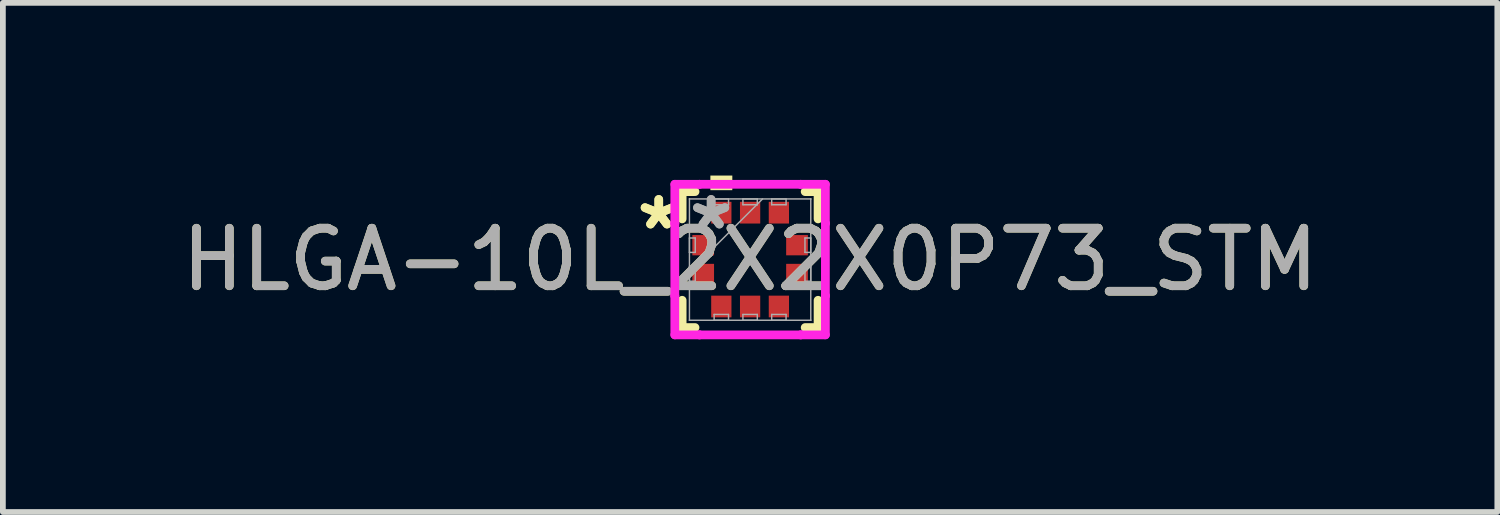
<source format=kicad_pcb>
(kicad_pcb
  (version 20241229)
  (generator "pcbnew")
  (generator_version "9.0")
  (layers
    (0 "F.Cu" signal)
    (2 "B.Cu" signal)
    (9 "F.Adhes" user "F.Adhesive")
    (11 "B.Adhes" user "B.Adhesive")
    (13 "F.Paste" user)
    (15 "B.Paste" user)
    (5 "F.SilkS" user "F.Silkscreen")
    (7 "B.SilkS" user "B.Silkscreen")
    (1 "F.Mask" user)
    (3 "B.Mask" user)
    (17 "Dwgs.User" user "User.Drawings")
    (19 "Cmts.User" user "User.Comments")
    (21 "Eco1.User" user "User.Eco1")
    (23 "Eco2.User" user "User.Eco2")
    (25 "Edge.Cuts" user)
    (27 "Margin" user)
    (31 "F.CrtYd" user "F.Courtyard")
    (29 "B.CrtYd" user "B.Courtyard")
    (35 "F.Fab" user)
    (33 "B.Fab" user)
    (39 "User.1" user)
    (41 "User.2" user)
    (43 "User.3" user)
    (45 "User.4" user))
  (footprint "HLGA-10L_2X2X0P73_STM"
    (layer "F.Cu")
    (at 9.982 1.46)
    (property "Reference" "HLGA-10L_2X2X0P73_STM" (at 0 0 0) (unlocked yes) (layer "F.SilkS") (effects (font (size 1 1) (thickness 0.15))))
    (attr smd)
    (fp_line (start -1.181 -1.181) (end -1.181 -0.707) (stroke (width 0.152) (type solid)) (layer "F.SilkS"))
    (fp_line (start -1.181 0.707) (end -1.181 1.181) (stroke (width 0.152) (type solid)) (layer "F.SilkS"))
    (fp_line (start -1.181 1.181) (end -0.957 1.181) (stroke (width 0.152) (type solid)) (layer "F.SilkS"))
    (fp_line (start -0.957 -1.181) (end -1.181 -1.181) (stroke (width 0.152) (type solid)) (layer "F.SilkS"))
    (fp_line (start 0.957 1.181) (end 1.181 1.181) (stroke (width 0.152) (type solid)) (layer "F.SilkS"))
    (fp_line (start 1.181 -1.181) (end 0.957 -1.181) (stroke (width 0.152) (type solid)) (layer "F.SilkS"))
    (fp_line (start 1.181 -0.707) (end 1.181 -1.181) (stroke (width 0.152) (type solid)) (layer "F.SilkS"))
    (fp_line (start 1.181 1.181) (end 1.181 0.707) (stroke (width 0.152) (type solid)) (layer "F.SilkS"))
    (fp_poly (pts (xy -0.69 -1.206) (xy -0.69 -1.46) (xy -0.309 -1.46) (xy -0.309 -1.206)) (stroke (width 0) (type solid)) (fill yes) (layer "F.SilkS"))
    (fp_line (start -1.308 -1.308) (end -0.879 -1.308) (stroke (width 0.152) (type solid)) (layer "F.CrtYd"))
    (fp_line (start -1.308 -0.629) (end -1.308 -1.308) (stroke (width 0.152) (type solid)) (layer "F.CrtYd"))
    (fp_line (start -1.308 -0.629) (end -1.308 -0.629) (stroke (width 0.152) (type solid)) (layer "F.CrtYd"))
    (fp_line (start -1.308 0.629) (end -1.308 -0.629) (stroke (width 0.152) (type solid)) (layer "F.CrtYd"))
    (fp_line (start -1.308 0.629) (end -1.308 0.629) (stroke (width 0.152) (type solid)) (layer "F.CrtYd"))
    (fp_line (start -1.308 1.308) (end -1.308 0.629) (stroke (width 0.152) (type solid)) (layer "F.CrtYd"))
    (fp_line (start -0.879 -1.308) (end -0.879 -1.308) (stroke (width 0.152) (type solid)) (layer "F.CrtYd"))
    (fp_line (start -0.879 -1.308) (end 0.879 -1.308) (stroke (width 0.152) (type solid)) (layer "F.CrtYd"))
    (fp_line (start -0.879 1.308) (end -1.308 1.308) (stroke (width 0.152) (type solid)) (layer "F.CrtYd"))
    (fp_line (start -0.879 1.308) (end -0.879 1.308) (stroke (width 0.152) (type solid)) (layer "F.CrtYd"))
    (fp_line (start 0.879 -1.308) (end 0.879 -1.308) (stroke (width 0.152) (type solid)) (layer "F.CrtYd"))
    (fp_line (start 0.879 -1.308) (end 1.308 -1.308) (stroke (width 0.152) (type solid)) (layer "F.CrtYd"))
    (fp_line (start 0.879 1.308) (end -0.879 1.308) (stroke (width 0.152) (type solid)) (layer "F.CrtYd"))
    (fp_line (start 0.879 1.308) (end 0.879 1.308) (stroke (width 0.152) (type solid)) (layer "F.CrtYd"))
    (fp_line (start 1.308 -1.308) (end 1.308 -0.629) (stroke (width 0.152) (type solid)) (layer "F.CrtYd"))
    (fp_line (start 1.308 -0.629) (end 1.308 -0.629) (stroke (width 0.152) (type solid)) (layer "F.CrtYd"))
    (fp_line (start 1.308 -0.629) (end 1.308 0.629) (stroke (width 0.152) (type solid)) (layer "F.CrtYd"))
    (fp_line (start 1.308 0.629) (end 1.308 0.629) (stroke (width 0.152) (type solid)) (layer "F.CrtYd"))
    (fp_line (start 1.308 0.629) (end 1.308 1.308) (stroke (width 0.152) (type solid)) (layer "F.CrtYd"))
    (fp_line (start 1.308 1.308) (end 0.879 1.308) (stroke (width 0.152) (type solid)) (layer "F.CrtYd"))
    (fp_line (start -1.054 -1.054) (end -1.054 -1.054) (stroke (width 0.025) (type solid)) (layer "F.Fab"))
    (fp_line (start -1.054 -1.054) (end -1.054 1.054) (stroke (width 0.025) (type solid)) (layer "F.Fab"))
    (fp_line (start -1.054 -0.375) (end -0.953 -0.375) (stroke (width 0.025) (type solid)) (layer "F.Fab"))
    (fp_line (start -1.054 -0.125) (end -1.054 -0.375) (stroke (width 0.025) (type solid)) (layer "F.Fab"))
    (fp_line (start -1.054 0.125) (end -0.953 0.125) (stroke (width 0.025) (type solid)) (layer "F.Fab"))
    (fp_line (start -1.054 0.216) (end 0.216 -1.054) (stroke (width 0.025) (type solid)) (layer "F.Fab"))
    (fp_line (start -1.054 0.375) (end -1.054 0.125) (stroke (width 0.025) (type solid)) (layer "F.Fab"))
    (fp_line (start -1.054 1.054) (end -1.054 1.054) (stroke (width 0.025) (type solid)) (layer "F.Fab"))
    (fp_line (start -1.054 1.054) (end 1.054 1.054) (stroke (width 0.025) (type solid)) (layer "F.Fab"))
    (fp_line (start -0.953 -0.375) (end -0.953 -0.125) (stroke (width 0.025) (type solid)) (layer "F.Fab"))
    (fp_line (start -0.953 -0.125) (end -1.054 -0.125) (stroke (width 0.025) (type solid)) (layer "F.Fab"))
    (fp_line (start -0.953 0.125) (end -0.953 0.375) (stroke (width 0.025) (type solid)) (layer "F.Fab"))
    (fp_line (start -0.953 0.375) (end -1.054 0.375) (stroke (width 0.025) (type solid)) (layer "F.Fab"))
    (fp_line (start -0.625 -1.054) (end -0.375 -1.054) (stroke (width 0.025) (type solid)) (layer "F.Fab"))
    (fp_line (start -0.625 -0.953) (end -0.625 -1.054) (stroke (width 0.025) (type solid)) (layer "F.Fab"))
    (fp_line (start -0.625 0.953) (end -0.375 0.953) (stroke (width 0.025) (type solid)) (layer "F.Fab"))
    (fp_line (start -0.625 1.054) (end -0.625 0.953) (stroke (width 0.025) (type solid)) (layer "F.Fab"))
    (fp_line (start -0.375 -1.054) (end -0.375 -0.953) (stroke (width 0.025) (type solid)) (layer "F.Fab"))
    (fp_line (start -0.375 -0.953) (end -0.625 -0.953) (stroke (width 0.025) (type solid)) (layer "F.Fab"))
    (fp_line (start -0.375 0.953) (end -0.375 1.054) (stroke (width 0.025) (type solid)) (layer "F.Fab"))
    (fp_line (start -0.375 1.054) (end -0.625 1.054) (stroke (width 0.025) (type solid)) (layer "F.Fab"))
    (fp_line (start -0.125 -1.054) (end 0.125 -1.054) (stroke (width 0.025) (type solid)) (layer "F.Fab"))
    (fp_line (start -0.125 -0.953) (end -0.125 -1.054) (stroke (width 0.025) (type solid)) (layer "F.Fab"))
    (fp_line (start -0.125 0.953) (end 0.125 0.953) (stroke (width 0.025) (type solid)) (layer "F.Fab"))
    (fp_line (start -0.125 1.054) (end -0.125 0.953) (stroke (width 0.025) (type solid)) (layer "F.Fab"))
    (fp_line (start 0.125 -1.054) (end 0.125 -0.953) (stroke (width 0.025) (type solid)) (layer "F.Fab"))
    (fp_line (start 0.125 -0.953) (end -0.125 -0.953) (stroke (width 0.025) (type solid)) (layer "F.Fab"))
    (fp_line (start 0.125 0.953) (end 0.125 1.054) (stroke (width 0.025) (type solid)) (layer "F.Fab"))
    (fp_line (start 0.125 1.054) (end -0.125 1.054) (stroke (width 0.025) (type solid)) (layer "F.Fab"))
    (fp_line (start 0.375 -1.054) (end 0.625 -1.054) (stroke (width 0.025) (type solid)) (layer "F.Fab"))
    (fp_line (start 0.375 -0.953) (end 0.375 -1.054) (stroke (width 0.025) (type solid)) (layer "F.Fab"))
    (fp_line (start 0.375 0.953) (end 0.625 0.953) (stroke (width 0.025) (type solid)) (layer "F.Fab"))
    (fp_line (start 0.375 1.054) (end 0.375 0.953) (stroke (width 0.025) (type solid)) (layer "F.Fab"))
    (fp_line (start 0.625 -1.054) (end 0.625 -0.953) (stroke (width 0.025) (type solid)) (layer "F.Fab"))
    (fp_line (start 0.625 -0.953) (end 0.375 -0.953) (stroke (width 0.025) (type solid)) (layer "F.Fab"))
    (fp_line (start 0.625 0.953) (end 0.625 1.054) (stroke (width 0.025) (type solid)) (layer "F.Fab"))
    (fp_line (start 0.625 1.054) (end 0.375 1.054) (stroke (width 0.025) (type solid)) (layer "F.Fab"))
    (fp_line (start 0.953 -0.375) (end 1.054 -0.375) (stroke (width 0.025) (type solid)) (layer "F.Fab"))
    (fp_line (start 0.953 -0.125) (end 0.953 -0.375) (stroke (width 0.025) (type solid)) (layer "F.Fab"))
    (fp_line (start 0.953 0.125) (end 1.054 0.125) (stroke (width 0.025) (type solid)) (layer "F.Fab"))
    (fp_line (start 0.953 0.375) (end 0.953 0.125) (stroke (width 0.025) (type solid)) (layer "F.Fab"))
    (fp_line (start 1.054 -1.054) (end -1.054 -1.054) (stroke (width 0.025) (type solid)) (layer "F.Fab"))
    (fp_line (start 1.054 -1.054) (end 1.054 -1.054) (stroke (width 0.025) (type solid)) (layer "F.Fab"))
    (fp_line (start 1.054 -0.375) (end 1.054 -0.125) (stroke (width 0.025) (type solid)) (layer "F.Fab"))
    (fp_line (start 1.054 -0.125) (end 0.953 -0.125) (stroke (width 0.025) (type solid)) (layer "F.Fab"))
    (fp_line (start 1.054 0.125) (end 1.054 0.375) (stroke (width 0.025) (type solid)) (layer "F.Fab"))
    (fp_line (start 1.054 0.375) (end 0.953 0.375) (stroke (width 0.025) (type solid)) (layer "F.Fab"))
    (fp_line (start 1.054 1.054) (end 1.054 -1.054) (stroke (width 0.025) (type solid)) (layer "F.Fab"))
    (fp_line (start 1.054 1.054) (end 1.054 1.054) (stroke (width 0.025) (type solid)) (layer "F.Fab"))
    (fp_text user "*" (at -1.587 -0.5 0) (layer "F.SilkS") (effects (font (size 1 1) (thickness 0.15))))
    (fp_text user "*" (at -1.587 -0.5 0) (unlocked yes) (layer "F.SilkS") (effects (font (size 1 1) (thickness 0.15))))
    (fp_text user "${REFERENCE}" (at 0 0 0) (unlocked yes) (layer "F.Fab") (effects (font (size 1 1) (thickness 0.15))))
    (fp_text user "*" (at -0.677 -0.5 0) (layer "F.Fab") (effects (font (size 1 1) (thickness 0.15))))
    (fp_text user "*" (at -0.677 -0.5 0) (unlocked yes) (layer "F.Fab") (effects (font (size 1 1) (thickness 0.15))))
    (pad "1" smd rect (at -0.815 -0.25 90) (size 0.352 0.377) (layers "F.Cu" "F.Mask" "F.Paste"))
    (pad "2" smd rect (at -0.815 0.25 90) (size 0.352 0.377) (layers "F.Cu" "F.Mask" "F.Paste"))
    (pad "3" smd rect (at -0.5 0.815) (size 0.352 0.377) (layers "F.Cu" "F.Mask" "F.Paste"))
    (pad "4" smd rect (at 0 0.815) (size 0.352 0.377) (layers "F.Cu" "F.Mask" "F.Paste"))
    (pad "5" smd rect (at 0.5 0.815) (size 0.352 0.377) (layers "F.Cu" "F.Mask" "F.Paste"))
    (pad "6" smd rect (at 0.815 0.25 90) (size 0.352 0.377) (layers "F.Cu" "F.Mask" "F.Paste"))
    (pad "7" smd rect (at 0.815 -0.25 90) (size 0.352 0.377) (layers "F.Cu" "F.Mask" "F.Paste"))
    (pad "8" smd rect (at 0.5 -0.815) (size 0.352 0.377) (layers "F.Cu" "F.Mask" "F.Paste"))
    (pad "9" smd rect (at 0 -0.815) (size 0.352 0.377) (layers "F.Cu" "F.Mask" "F.Paste"))
    (pad "10" smd rect (at -0.5 -0.815) (size 0.352 0.377) (layers "F.Cu" "F.Mask" "F.Paste")))
  (gr_rect
    (start -3 -3)
    (end 22.964 5.845)
    (stroke (width 0.1) (type default))
    (fill no)
    (layer "Edge.Cuts")))
</source>
